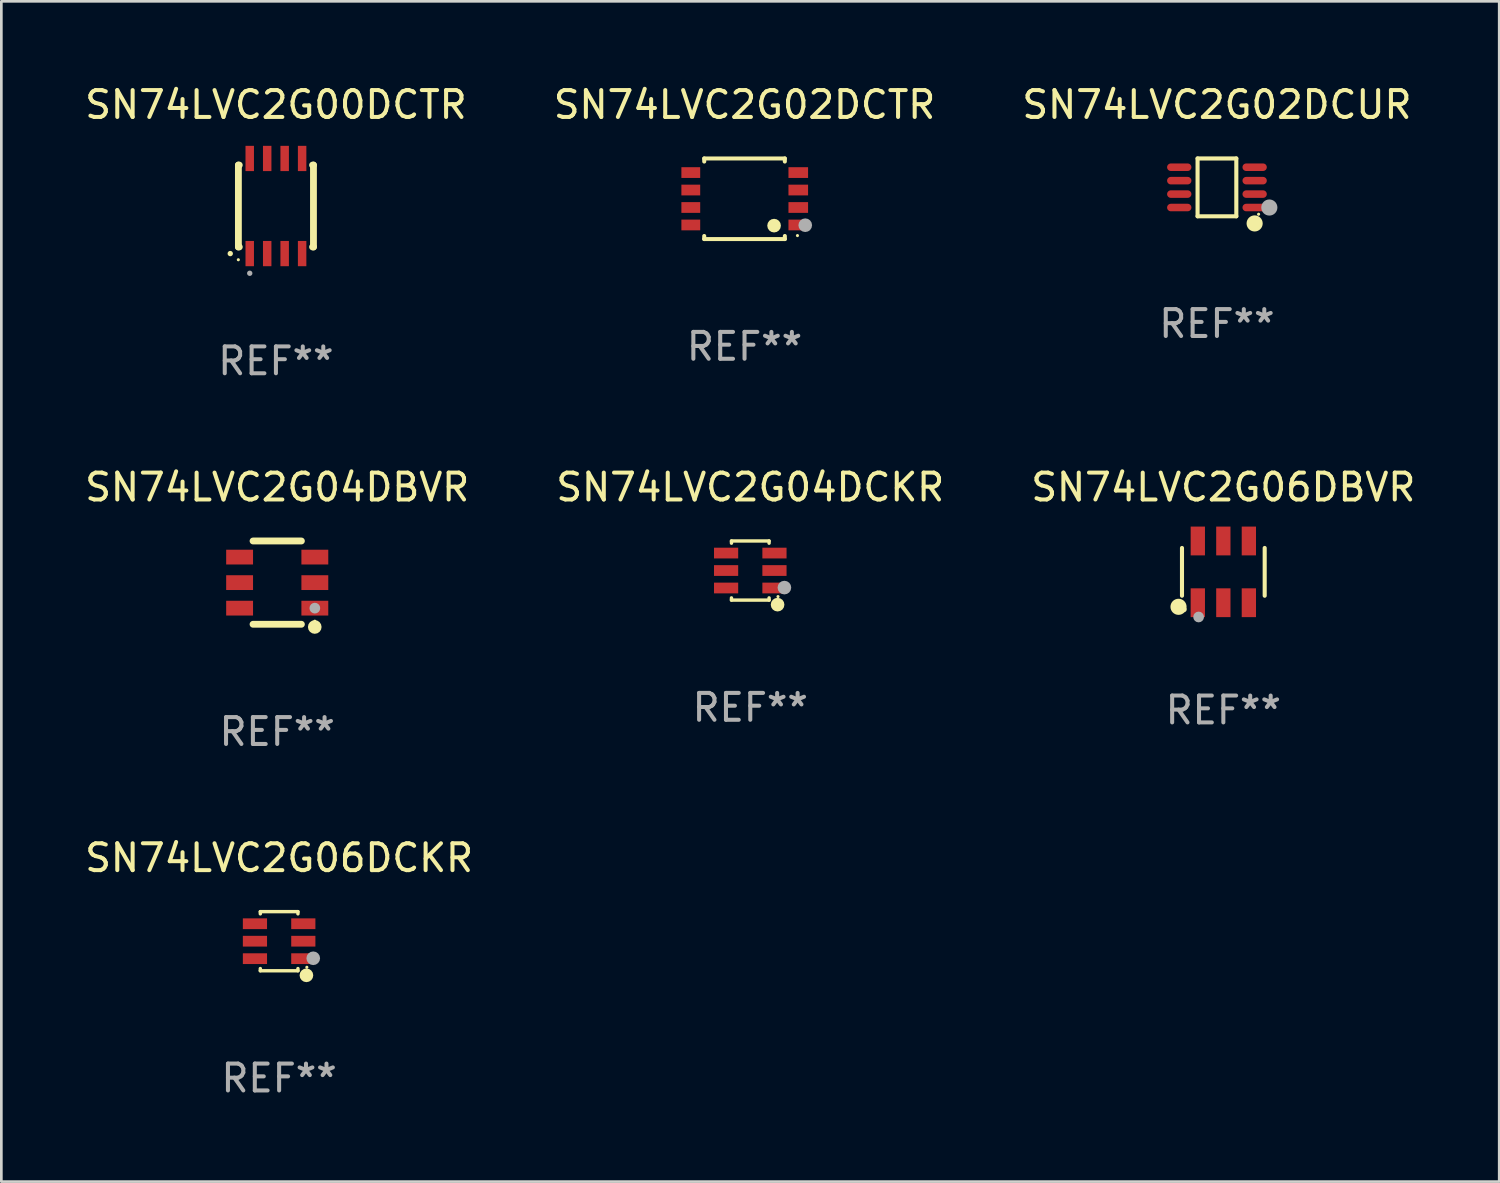
<source format=kicad_pcb>
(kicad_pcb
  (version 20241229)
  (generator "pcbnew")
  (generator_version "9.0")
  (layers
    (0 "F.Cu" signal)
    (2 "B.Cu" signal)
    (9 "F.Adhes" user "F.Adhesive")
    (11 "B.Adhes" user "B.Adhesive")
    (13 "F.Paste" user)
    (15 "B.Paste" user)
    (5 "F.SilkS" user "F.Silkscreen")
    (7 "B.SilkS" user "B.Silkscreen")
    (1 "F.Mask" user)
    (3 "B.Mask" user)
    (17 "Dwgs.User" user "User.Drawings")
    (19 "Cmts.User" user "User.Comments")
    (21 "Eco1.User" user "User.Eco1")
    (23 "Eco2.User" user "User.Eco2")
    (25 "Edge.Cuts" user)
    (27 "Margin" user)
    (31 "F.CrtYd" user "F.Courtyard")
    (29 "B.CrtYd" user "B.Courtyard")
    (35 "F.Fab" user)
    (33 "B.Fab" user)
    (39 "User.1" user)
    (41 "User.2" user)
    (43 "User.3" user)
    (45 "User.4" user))
  (footprint "SN74LVC2G04DBVR"
    (layer "F.Cu")
    (at 7.268 18.635)
    (property "Reference" "SN74LVC2G04DBVR" (at 0 -3.55 0) (layer "F.SilkS") (effects (font (size 1 1) (thickness 0.15))))
    (attr through_hole)
    (fp_line (start -0.9 -1.55) (end 0.9 -1.55) (stroke (width 0.254) (type solid)) (layer "F.SilkS"))
    (fp_line (start -0.9 1.55) (end 0.9 1.55) (stroke (width 0.254) (type solid)) (layer "F.SilkS"))
    (fp_circle (center 1.397 1.651) (end 1.524 1.651) (stroke (width 0.254) (type solid)) (fill no) (layer "F.SilkS"))
    (fp_circle (center 1.4 1.435) (end 1.43 1.435) (stroke (width 0.06) (type solid)) (fill no) (layer "F.SilkS"))
    (fp_circle (center 1.4 0.95) (end 1.5 0.95) (stroke (width 0.2) (type solid)) (fill no) (layer "F.Fab"))
    (fp_text user "REF**" (at 0 5.55 0) (layer "F.Fab") (effects (font (size 1 1) (thickness 0.15))))
    (pad "1" smd rect (at 1.4 0.95) (size 1 0.55) (layers "F.Cu" "F.Mask" "F.Paste"))
    (pad "2" smd rect (at 1.4 -0.000102) (size 1 0.55) (layers "F.Cu" "F.Mask" "F.Paste"))
    (pad "3" smd rect (at 1.4 -0.95) (size 1 0.55) (layers "F.Cu" "F.Mask" "F.Paste"))
    (pad "4" smd rect (at -1.4 -0.95) (size 1 0.55) (layers "F.Cu" "F.Mask" "F.Paste"))
    (pad "5" smd rect (at -1.4 -0.000102) (size 1 0.55) (layers "F.Cu" "F.Mask" "F.Paste"))
    (pad "6" smd rect (at -1.4 0.95) (size 1 0.55) (layers "F.Cu" "F.Mask" "F.Paste")))
  (footprint "SN74LVC2G00DCTR"
    (layer "F.Cu")
    (at 7.22 4.618)
    (property "Reference" "SN74LVC2G00DCTR" (at 0 -3.77 0) (layer "F.SilkS") (effects (font (size 1 1) (thickness 0.15))))
    (attr through_hole)
    (fp_line (start -1.397 -1.524) (end -1.397 1.524) (stroke (width 0.254) (type solid)) (layer "F.SilkS"))
    (fp_line (start -1.397 1.524) (end -1.364 1.524) (stroke (width 0.254) (type solid)) (layer "F.SilkS"))
    (fp_line (start -1.364 -1.524) (end -1.397 -1.524) (stroke (width 0.254) (type solid)) (layer "F.SilkS"))
    (fp_line (start 1.364 1.524) (end 1.397 1.524) (stroke (width 0.254) (type solid)) (layer "F.SilkS"))
    (fp_line (start 1.397 -1.524) (end 1.364 -1.524) (stroke (width 0.254) (type solid)) (layer "F.SilkS"))
    (fp_line (start 1.397 1.524) (end 1.397 -1.524) (stroke (width 0.254) (type solid)) (layer "F.SilkS"))
    (fp_circle (center -1.7 1.77) (end -1.65 1.77) (stroke (width 0.1) (type solid)) (fill no) (layer "F.SilkS"))
    (fp_circle (center -1.4 2) (end -1.37 2) (stroke (width 0.06) (type solid)) (fill no) (layer "F.SilkS"))
    (fp_circle (center -0.975 2.503) (end -0.925 2.503) (stroke (width 0.1) (type solid)) (fill no) (layer "F.Fab"))
    (fp_text user "REF**" (at 0 5.77 0) (layer "F.Fab") (effects (font (size 1 1) (thickness 0.15))))
    (pad "1" smd rect (at -0.975 1.77) (size 0.315 0.94) (layers "F.Cu" "F.Mask" "F.Paste"))
    (pad "2" smd rect (at -0.325 1.77) (size 0.315 0.94) (layers "F.Cu" "F.Mask" "F.Paste"))
    (pad "3" smd rect (at 0.325 1.77) (size 0.315 0.94) (layers "F.Cu" "F.Mask" "F.Paste"))
    (pad "4" smd rect (at 0.975 1.77) (size 0.315 0.94) (layers "F.Cu" "F.Mask" "F.Paste"))
    (pad "5" smd rect (at 0.975 -1.77) (size 0.315 0.94) (layers "F.Cu" "F.Mask" "F.Paste"))
    (pad "6" smd rect (at 0.325 -1.77) (size 0.315 0.94) (layers "F.Cu" "F.Mask" "F.Paste"))
    (pad "7" smd rect (at -0.325 -1.77) (size 0.315 0.94) (layers "F.Cu" "F.Mask" "F.Paste"))
    (pad "8" smd rect (at -0.975 -1.77) (size 0.315 0.94) (layers "F.Cu" "F.Mask" "F.Paste")))
  (footprint "SN74LVC2G02DCTR"
    (layer "F.Cu")
    (at 24.661 4.348)
    (property "Reference" "SN74LVC2G02DCTR" (at 0 -3.5 0) (layer "F.SilkS") (effects (font (size 1 1) (thickness 0.15))))
    (attr through_hole)
    (fp_line (start -1.5 -1.5) (end 1.5 -1.5) (stroke (width 0.15) (type solid)) (layer "F.SilkS"))
    (fp_line (start -1.5 -1.385) (end -1.5 -1.5) (stroke (width 0.15) (type solid)) (layer "F.SilkS"))
    (fp_line (start -1.5 1.5) (end -1.5 1.385) (stroke (width 0.15) (type solid)) (layer "F.SilkS"))
    (fp_line (start 1.5 -1.5) (end 1.5 -1.385) (stroke (width 0.15) (type solid)) (layer "F.SilkS"))
    (fp_line (start 1.5 1.385) (end 1.5 1.5) (stroke (width 0.15) (type solid)) (layer "F.SilkS"))
    (fp_line (start 1.5 1.5) (end -1.5 1.5) (stroke (width 0.15) (type solid)) (layer "F.SilkS"))
    (fp_circle (center 1.1 1) (end 1.227 1) (stroke (width 0.254) (type solid)) (fill no) (layer "F.SilkS"))
    (fp_circle (center 1.97 1.37) (end 2 1.37) (stroke (width 0.06) (type solid)) (fill no) (layer "F.SilkS"))
    (fp_circle (center 2.26 0.984) (end 2.387 0.984) (stroke (width 0.254) (type solid)) (fill no) (layer "F.Fab"))
    (fp_text user "REF**" (at 0 5.5 0) (layer "F.Fab") (effects (font (size 1 1) (thickness 0.15))))
    (pad "1" smd rect (at 2 0.975) (size 0.73 0.4) (layers "F.Cu" "F.Mask" "F.Paste"))
    (pad "2" smd rect (at 2 0.325) (size 0.73 0.4) (layers "F.Cu" "F.Mask" "F.Paste"))
    (pad "3" smd rect (at 2 -0.325) (size 0.73 0.4) (layers "F.Cu" "F.Mask" "F.Paste"))
    (pad "4" smd rect (at 2 -0.975) (size 0.73 0.4) (layers "F.Cu" "F.Mask" "F.Paste"))
    (pad "5" smd rect (at -2 -0.975) (size 0.7 0.4) (layers "F.Cu" "F.Mask" "F.Paste"))
    (pad "6" smd rect (at -2 -0.325) (size 0.7 0.4) (layers "F.Cu" "F.Mask" "F.Paste"))
    (pad "7" smd rect (at -2 0.325) (size 0.7 0.4) (layers "F.Cu" "F.Mask" "F.Paste"))
    (pad "8" smd rect (at -2 0.975) (size 0.7 0.4) (layers "F.Cu" "F.Mask" "F.Paste")))
  (footprint "SN74LVC2G06DBVR"
    (layer "F.Cu")
    (at 42.482 18.234)
    (property "Reference" "SN74LVC2G06DBVR" (at 0 -3.149 0) (layer "F.SilkS") (effects (font (size 1 1) (thickness 0.15))))
    (attr through_hole)
    (fp_line (start -1.539 0.889) (end -1.539 -0.889) (stroke (width 0.152) (type solid)) (layer "F.SilkS"))
    (fp_line (start 1.539 0.889) (end 1.539 -0.889) (stroke (width 0.152) (type solid)) (layer "F.SilkS"))
    (fp_circle (center -1.668 1.301) (end -1.518 1.301) (stroke (width 0.3) (type solid)) (fill no) (layer "F.SilkS"))
    (fp_circle (center -1.463 1.4) (end -1.413 1.4) (stroke (width 0.1) (type solid)) (fill no) (layer "F.SilkS"))
    (fp_circle (center -0.92 1.68) (end -0.82 1.68) (stroke (width 0.2) (type solid)) (fill no) (layer "F.Fab"))
    (fp_text user "REF**" (at 0 5.149 0) (layer "F.Fab") (effects (font (size 1 1) (thickness 0.15))))
    (pad "1" smd rect (at -0.95 1.149) (size 0.532 1.072) (layers "F.Cu" "F.Mask" "F.Paste"))
    (pad "2" smd rect (at 0 1.149) (size 0.532 1.072) (layers "F.Cu" "F.Mask" "F.Paste"))
    (pad "3" smd rect (at 0.95 1.149) (size 0.532 1.072) (layers "F.Cu" "F.Mask" "F.Paste"))
    (pad "4" smd rect (at 0.95 -1.149) (size 0.532 1.072) (layers "F.Cu" "F.Mask" "F.Paste"))
    (pad "5" smd rect (at 0 -1.149) (size 0.532 1.072) (layers "F.Cu" "F.Mask" "F.Paste"))
    (pad "6" smd rect (at -0.95 -1.149) (size 0.532 1.072) (layers "F.Cu" "F.Mask" "F.Paste")))
  (footprint "SN74LVC2G02DCUR"
    (layer "F.Cu")
    (at 42.244 3.924)
    (property "Reference" "SN74LVC2G02DCUR" (at 0 -3.076 0) (layer "F.SilkS") (effects (font (size 1 1) (thickness 0.15))))
    (attr through_hole)
    (fp_line (start -0.721 -1.076) (end 0.721 -1.076) (stroke (width 0.152) (type solid)) (layer "F.SilkS"))
    (fp_line (start -0.721 1.076) (end -0.721 -1.076) (stroke (width 0.152) (type solid)) (layer "F.SilkS"))
    (fp_line (start 0.721 -1.076) (end 0.721 1.076) (stroke (width 0.152) (type solid)) (layer "F.SilkS"))
    (fp_line (start 0.721 1.076) (end -0.721 1.076) (stroke (width 0.152) (type solid)) (layer "F.SilkS"))
    (fp_circle (center 1.403 1.342) (end 1.553 1.342) (stroke (width 0.3) (type solid)) (fill no) (layer "F.SilkS"))
    (fp_circle (center 1.55 1) (end 1.58 1) (stroke (width 0.06) (type solid)) (fill no) (layer "F.SilkS"))
    (fp_circle (center 1.95 0.75) (end 2.1 0.75) (stroke (width 0.3) (type solid)) (fill no) (layer "F.Fab"))
    (fp_text user "REF**" (at 0 5.076 0) (layer "F.Fab") (effects (font (size 1 1) (thickness 0.15))))
    (pad "1" smd oval (at 1.403 0.75 90) (size 0.28 0.905) (layers "F.Cu" "F.Mask" "F.Paste"))
    (pad "2" smd oval (at 1.403 0.25 90) (size 0.28 0.905) (layers "F.Cu" "F.Mask" "F.Paste"))
    (pad "3" smd oval (at 1.403 -0.25 90) (size 0.28 0.905) (layers "F.Cu" "F.Mask" "F.Paste"))
    (pad "4" smd oval (at 1.403 -0.75 90) (size 0.28 0.905) (layers "F.Cu" "F.Mask" "F.Paste"))
    (pad "5" smd oval (at -1.403 -0.75 90) (size 0.28 0.905) (layers "F.Cu" "F.Mask" "F.Paste"))
    (pad "6" smd oval (at -1.403 -0.25 90) (size 0.28 0.905) (layers "F.Cu" "F.Mask" "F.Paste"))
    (pad "7" smd oval (at -1.403 0.25 90) (size 0.28 0.905) (layers "F.Cu" "F.Mask" "F.Paste"))
    (pad "8" smd oval (at -1.403 0.75 90) (size 0.28 0.905) (layers "F.Cu" "F.Mask" "F.Paste")))
  (footprint "SN74LVC2G06DCKR"
    (layer "F.Cu")
    (at 7.339 31.981)
    (property "Reference" "SN74LVC2G06DCKR" (at 0 -3.1 0) (layer "F.SilkS") (effects (font (size 1 1) (thickness 0.15))))
    (attr through_hole)
    (fp_line (start -0.7 -1.018) (end -0.7 -1.1) (stroke (width 0.127) (type solid)) (layer "F.SilkS"))
    (fp_line (start -0.7 1.1) (end -0.7 1.018) (stroke (width 0.127) (type solid)) (layer "F.SilkS"))
    (fp_line (start 0.7 -1.1) (end -0.7 -1.1) (stroke (width 0.127) (type solid)) (layer "F.SilkS"))
    (fp_line (start 0.7 -1.018) (end 0.7 -1.1) (stroke (width 0.127) (type solid)) (layer "F.SilkS"))
    (fp_line (start 0.7 1.1) (end -0.7 1.1) (stroke (width 0.127) (type solid)) (layer "F.SilkS"))
    (fp_line (start 0.7 1.1) (end 0.7 1.018) (stroke (width 0.127) (type solid)) (layer "F.SilkS"))
    (fp_circle (center 1.016 1.27) (end 1.143 1.27) (stroke (width 0.254) (type solid)) (fill no) (layer "F.SilkS"))
    (fp_circle (center 1.032 0.97) (end 1.062 0.97) (stroke (width 0.06) (type solid)) (fill no) (layer "F.SilkS"))
    (fp_circle (center 1.27 0.635) (end 1.397 0.635) (stroke (width 0.254) (type solid)) (fill no) (layer "F.Fab"))
    (fp_text user "REF**" (at 0 5.1 0) (layer "F.Fab") (effects (font (size 1 1) (thickness 0.15))))
    (pad "1" smd rect (at 0.9 0.65 90) (size 0.4 0.9) (layers "F.Cu" "F.Mask" "F.Paste"))
    (pad "2" smd rect (at 0.9 -0.000102 90) (size 0.4 0.9) (layers "F.Cu" "F.Mask" "F.Paste"))
    (pad "3" smd rect (at 0.9 -0.65 90) (size 0.4 0.9) (layers "F.Cu" "F.Mask" "F.Paste"))
    (pad "4" smd rect (at -0.9 -0.65 90) (size 0.4 0.9) (layers "F.Cu" "F.Mask" "F.Paste"))
    (pad "5" smd rect (at -0.9 -0.000102 90) (size 0.4 0.9) (layers "F.Cu" "F.Mask" "F.Paste"))
    (pad "6" smd rect (at -0.9 0.65 90) (size 0.4 0.9) (layers "F.Cu" "F.Mask" "F.Paste")))
  (footprint "SN74LVC2G04DCKR"
    (layer "F.Cu")
    (at 24.875 18.185)
    (property "Reference" "SN74LVC2G04DCKR" (at 0 -3.1 0) (layer "F.SilkS") (effects (font (size 1 1) (thickness 0.15))))
    (attr through_hole)
    (fp_line (start -0.7 -1.018) (end -0.7 -1.1) (stroke (width 0.127) (type solid)) (layer "F.SilkS"))
    (fp_line (start -0.7 1.1) (end -0.7 1.018) (stroke (width 0.127) (type solid)) (layer "F.SilkS"))
    (fp_line (start 0.7 -1.1) (end -0.7 -1.1) (stroke (width 0.127) (type solid)) (layer "F.SilkS"))
    (fp_line (start 0.7 -1.018) (end 0.7 -1.1) (stroke (width 0.127) (type solid)) (layer "F.SilkS"))
    (fp_line (start 0.7 1.1) (end -0.7 1.1) (stroke (width 0.127) (type solid)) (layer "F.SilkS"))
    (fp_line (start 0.7 1.1) (end 0.7 1.018) (stroke (width 0.127) (type solid)) (layer "F.SilkS"))
    (fp_circle (center 1.016 1.27) (end 1.143 1.27) (stroke (width 0.254) (type solid)) (fill no) (layer "F.SilkS"))
    (fp_circle (center 1.032 0.97) (end 1.062 0.97) (stroke (width 0.06) (type solid)) (fill no) (layer "F.SilkS"))
    (fp_circle (center 1.27 0.635) (end 1.397 0.635) (stroke (width 0.254) (type solid)) (fill no) (layer "F.Fab"))
    (fp_text user "REF**" (at 0 5.1 0) (layer "F.Fab") (effects (font (size 1 1) (thickness 0.15))))
    (pad "1" smd rect (at 0.9 0.65 90) (size 0.4 0.9) (layers "F.Cu" "F.Mask" "F.Paste"))
    (pad "2" smd rect (at 0.9 -0.000102 90) (size 0.4 0.9) (layers "F.Cu" "F.Mask" "F.Paste"))
    (pad "3" smd rect (at 0.9 -0.65 90) (size 0.4 0.9) (layers "F.Cu" "F.Mask" "F.Paste"))
    (pad "4" smd rect (at -0.9 -0.65 90) (size 0.4 0.9) (layers "F.Cu" "F.Mask" "F.Paste"))
    (pad "5" smd rect (at -0.9 -0.000102 90) (size 0.4 0.9) (layers "F.Cu" "F.Mask" "F.Paste"))
    (pad "6" smd rect (at -0.9 0.65 90) (size 0.4 0.9) (layers "F.Cu" "F.Mask" "F.Paste")))
  (gr_rect
    (start -3 -3)
    (end 52.75 40.929)
    (stroke (width 0.1) (type default))
    (fill no)
    (layer "Edge.Cuts")))
</source>
